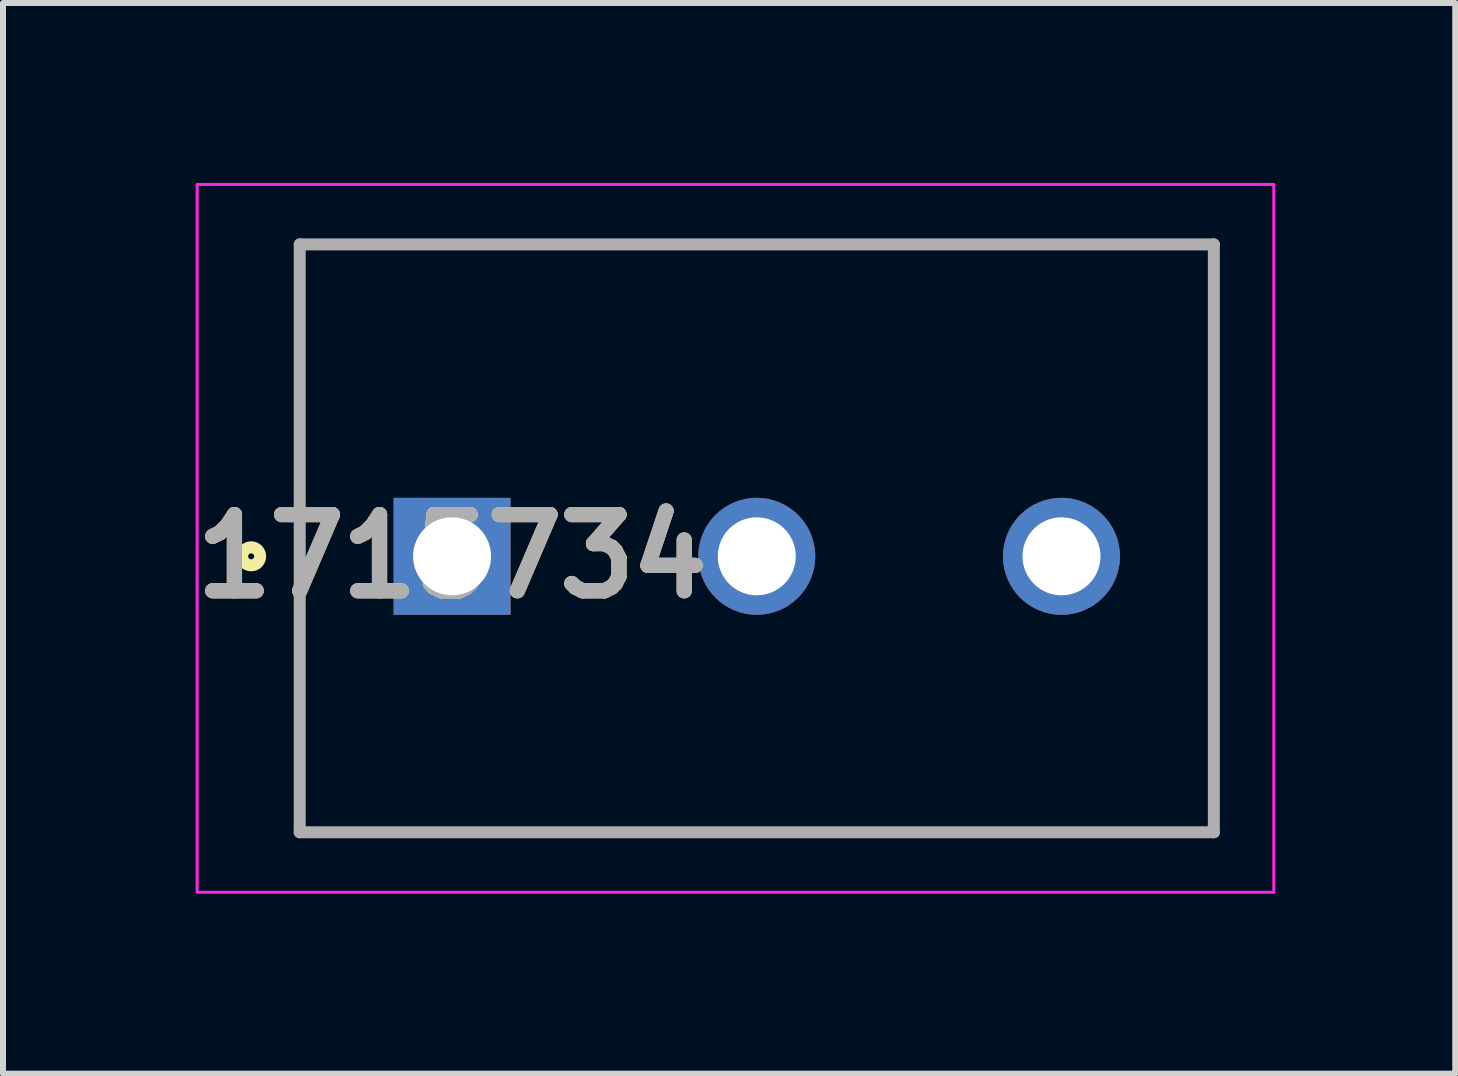
<source format=kicad_pcb>
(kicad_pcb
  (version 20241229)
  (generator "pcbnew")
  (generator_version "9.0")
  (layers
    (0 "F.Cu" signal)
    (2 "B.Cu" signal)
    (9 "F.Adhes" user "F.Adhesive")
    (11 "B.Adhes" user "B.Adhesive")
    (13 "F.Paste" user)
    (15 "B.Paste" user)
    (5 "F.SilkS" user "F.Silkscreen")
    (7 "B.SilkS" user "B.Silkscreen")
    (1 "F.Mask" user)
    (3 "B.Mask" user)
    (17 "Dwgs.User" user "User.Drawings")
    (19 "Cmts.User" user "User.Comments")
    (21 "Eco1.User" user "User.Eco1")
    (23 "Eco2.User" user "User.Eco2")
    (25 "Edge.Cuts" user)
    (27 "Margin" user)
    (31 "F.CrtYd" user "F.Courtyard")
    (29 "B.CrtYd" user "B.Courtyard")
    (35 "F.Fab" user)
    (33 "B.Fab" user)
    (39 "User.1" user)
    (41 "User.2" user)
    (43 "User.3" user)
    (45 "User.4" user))
  (footprint "1715734"
    (layer "F.Cu")
    (at 4.487 6.225)
    (property "Reference" "1715734" (at 0 0 0) (layer "F.SilkS") (effects (font (size 1.27 1.27) (thickness 0.254))))
    (attr through_hole)
    (fp_line (start -2.54 -5.2) (end 12.7 -5.2) (stroke (width 0.1) (type solid)) (layer "F.SilkS"))
    (fp_line (start -2.54 4.6) (end -2.54 -5.2) (stroke (width 0.1) (type solid)) (layer "F.SilkS"))
    (fp_line (start 12.7 -5.2) (end 12.7 4.6) (stroke (width 0.1) (type solid)) (layer "F.SilkS"))
    (fp_line (start 12.7 4.6) (end -2.54 4.6) (stroke (width 0.1) (type solid)) (layer "F.SilkS"))
    (fp_circle (center -3.35 0) (end -3.35 0.05) (stroke (width 0.2) (type solid)) (fill no) (layer "F.SilkS"))
    (fp_line (start -4.25 -6.2) (end 13.7 -6.2) (stroke (width 0.05) (type solid)) (layer "F.CrtYd"))
    (fp_line (start -4.25 5.6) (end -4.25 -6.2) (stroke (width 0.05) (type solid)) (layer "F.CrtYd"))
    (fp_line (start 13.7 -6.2) (end 13.7 5.6) (stroke (width 0.05) (type solid)) (layer "F.CrtYd"))
    (fp_line (start 13.7 5.6) (end -4.25 5.6) (stroke (width 0.05) (type solid)) (layer "F.CrtYd"))
    (fp_line (start -2.54 -5.2) (end 12.7 -5.2) (stroke (width 0.2) (type solid)) (layer "F.Fab"))
    (fp_line (start -2.54 4.6) (end -2.54 -5.2) (stroke (width 0.2) (type solid)) (layer "F.Fab"))
    (fp_line (start 12.7 -5.2) (end 12.7 4.6) (stroke (width 0.2) (type solid)) (layer "F.Fab"))
    (fp_line (start 12.7 4.6) (end -2.54 4.6) (stroke (width 0.2) (type solid)) (layer "F.Fab"))
    (fp_text user "${REFERENCE}" (at 0 0 0) (layer "F.Fab") (effects (font (size 1.27 1.27) (thickness 0.254))))
    (pad "1" thru_hole rect (at 0 0) (size 1.95 1.95) (drill 1.3) (layers "*.Cu" "*.Mask"))
    (pad "2" thru_hole circle (at 5.08 0) (size 1.95 1.95) (drill 1.3) (layers "*.Cu" "*.Mask"))
    (pad "3" thru_hole circle (at 10.16 0) (size 1.95 1.95) (drill 1.3) (layers "*.Cu" "*.Mask")))
  (gr_rect
    (start -3 -3)
    (end 21.212 14.85)
    (stroke (width 0.1) (type default))
    (fill no)
    (layer "Edge.Cuts")))
</source>
